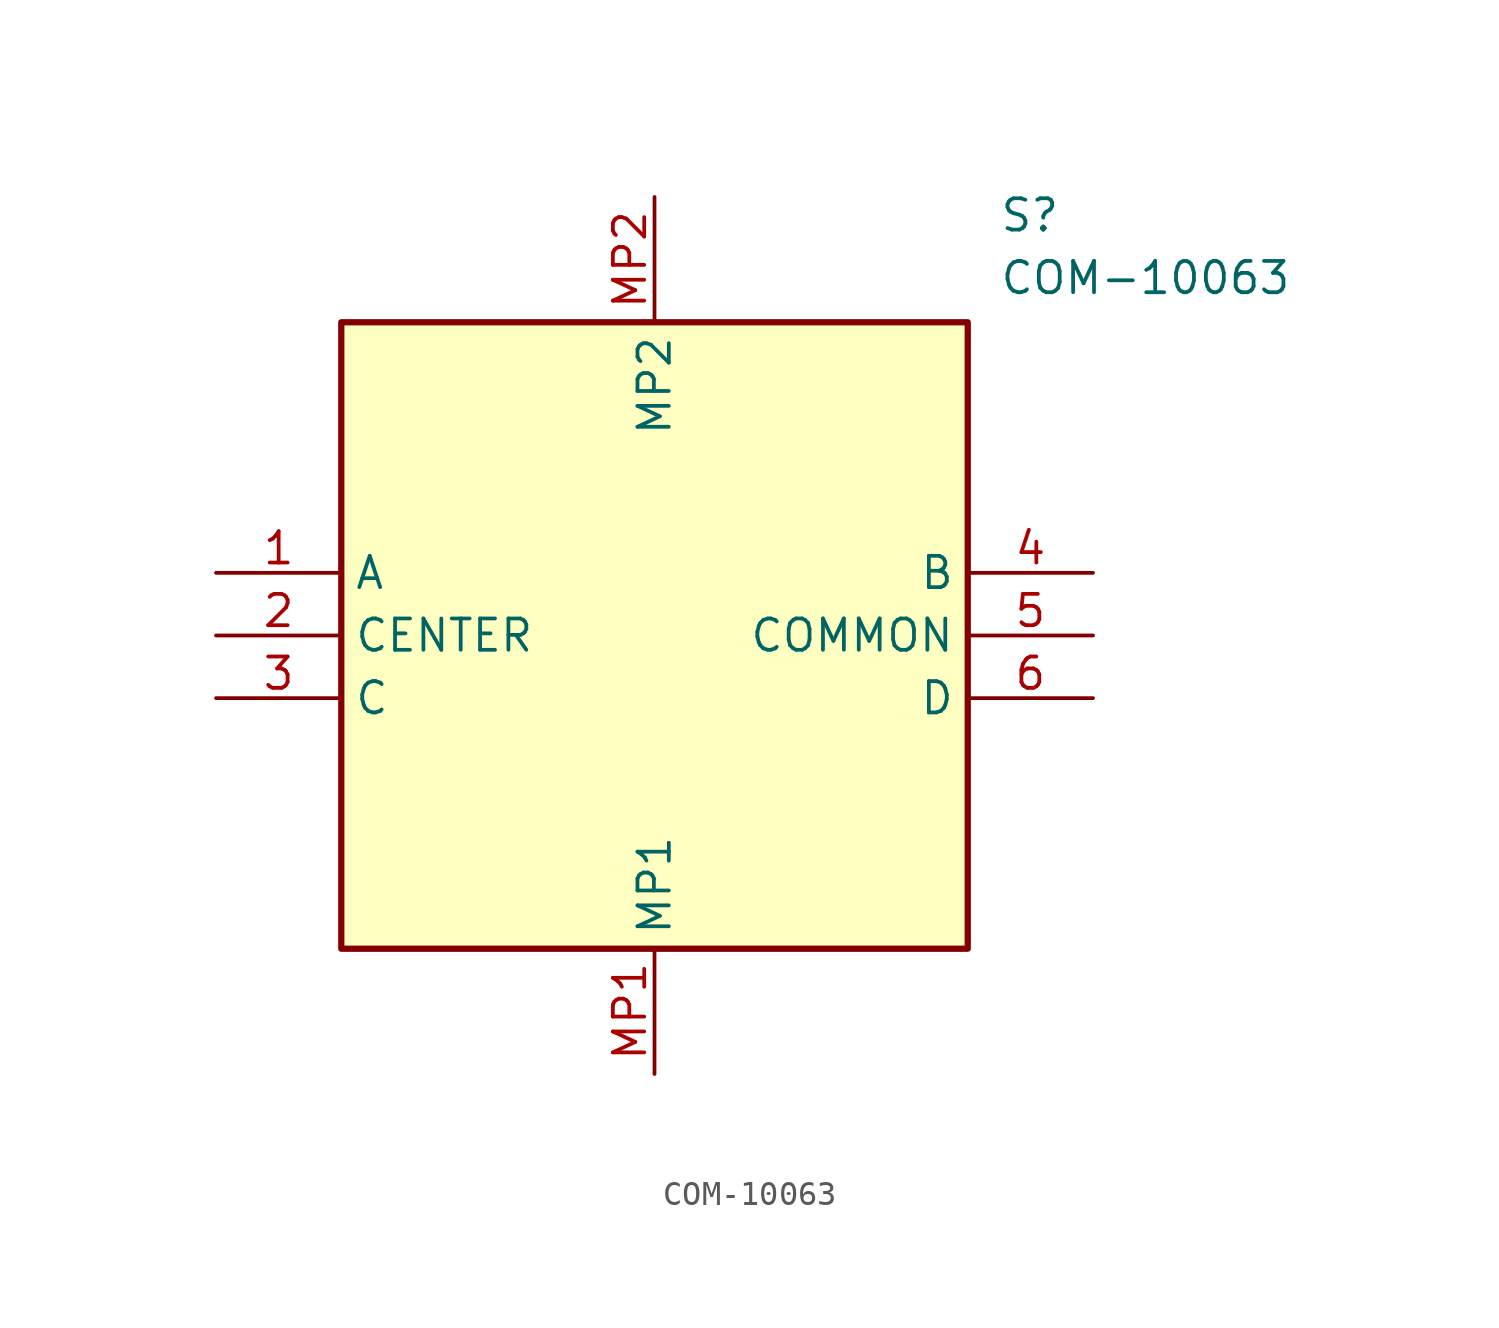
<source format=kicad_sym>
(kicad_symbol_lib
  (version 20211014)
  (generator SamacSys_ECAD_Model)
  (symbol "COM-10063"
    (property "Reference" "S"
      (at 31.75 15.24 0)
      (effects (font (size 1.27 1.27)) (justify left top)))
    (property "Value" "COM-10063"
      (at 31.75 12.7 0)
      (effects (font (size 1.27 1.27)) (justify left top)))
    (rectangle
      (start 5.08 10.16)
      (end 30.48 -15.24)
      (stroke (width 0.254) (type default))
      (fill (type background)))
    (pin passive line
      (at 0 0 0)
      (length 5.08)
      (name "A" (effects (font (size 1.27 1.27))))
      (number "1" (effects (font (size 1.27 1.27)))))
    (pin passive line
      (at 0 -2.54 0)
      (length 5.08)
      (name "CENTER" (effects (font (size 1.27 1.27))))
      (number "2" (effects (font (size 1.27 1.27)))))
    (pin passive line
      (at 0 -5.08 0)
      (length 5.08)
      (name "C" (effects (font (size 1.27 1.27))))
      (number "3" (effects (font (size 1.27 1.27)))))
    (pin passive line
      (at 35.56 0 180)
      (length 5.08)
      (name "B" (effects (font (size 1.27 1.27))))
      (number "4" (effects (font (size 1.27 1.27)))))
    (pin passive line
      (at 35.56 -2.54 180)
      (length 5.08)
      (name "COMMON" (effects (font (size 1.27 1.27))))
      (number "5" (effects (font (size 1.27 1.27)))))
    (pin passive line
      (at 35.56 -5.08 180)
      (length 5.08)
      (name "D" (effects (font (size 1.27 1.27))))
      (number "6" (effects (font (size 1.27 1.27)))))
    (pin passive line
      (at 17.78 -20.32 90)
      (length 5.08)
      (name "MP1" (effects (font (size 1.27 1.27))))
      (number "MP1" (effects (font (size 1.27 1.27)))))
    (pin passive line
      (at 17.78 15.24 270)
      (length 5.08)
      (name "MP2" (effects (font (size 1.27 1.27))))
      (number "MP2" (effects (font (size 1.27 1.27)))))))
</source>
